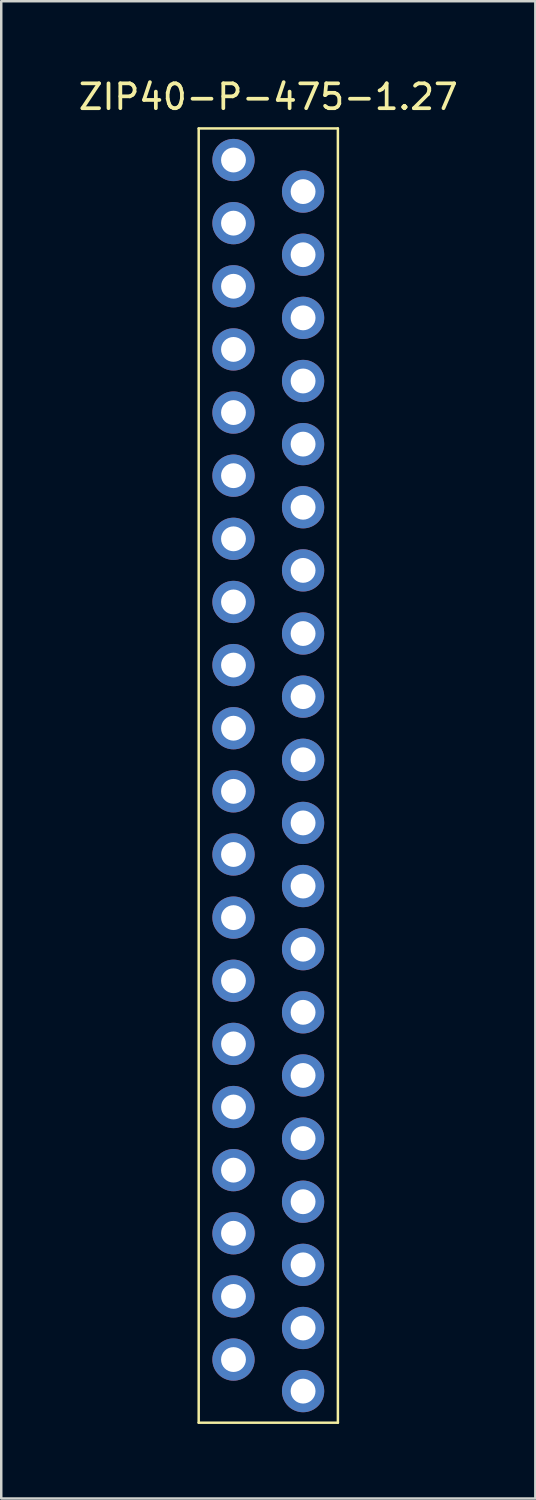
<source format=kicad_pcb>
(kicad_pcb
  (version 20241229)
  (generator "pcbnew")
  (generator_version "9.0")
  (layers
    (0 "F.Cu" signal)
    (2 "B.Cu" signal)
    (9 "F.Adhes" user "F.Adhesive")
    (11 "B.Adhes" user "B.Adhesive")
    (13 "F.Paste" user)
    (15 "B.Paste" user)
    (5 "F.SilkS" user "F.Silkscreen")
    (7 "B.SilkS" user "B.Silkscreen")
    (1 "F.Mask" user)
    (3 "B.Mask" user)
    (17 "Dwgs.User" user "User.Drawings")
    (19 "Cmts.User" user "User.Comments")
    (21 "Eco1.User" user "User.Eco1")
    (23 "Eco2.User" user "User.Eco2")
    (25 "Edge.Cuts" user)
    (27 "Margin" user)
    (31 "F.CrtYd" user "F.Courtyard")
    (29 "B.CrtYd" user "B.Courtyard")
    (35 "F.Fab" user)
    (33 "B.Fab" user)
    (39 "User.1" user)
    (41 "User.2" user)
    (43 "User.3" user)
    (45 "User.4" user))
  (footprint "ZIP40-P-475-1.27"
    (layer "F.Cu")
    (at 7.744 27.518)
    (property "Reference" "ZIP40-P-475-1.27" (at 0 -26.67 0) (layer "F.SilkS") (effects (font (size 1 1) (thickness 0.15))))
    (attr through_hole)
    (fp_line (start -2.8 -25.4) (end 2.8 -25.4) (stroke (width 0.1) (type solid)) (layer "F.SilkS"))
    (fp_line (start -2.8 26.67) (end -2.8 -25.4) (stroke (width 0.1) (type solid)) (layer "F.SilkS"))
    (fp_line (start 2.8 -25.4) (end 2.8 26.67) (stroke (width 0.1) (type solid)) (layer "F.SilkS"))
    (fp_line (start 2.8 26.67) (end -2.8 26.67) (stroke (width 0.1) (type solid)) (layer "F.SilkS"))
    (pad "1" thru_hole circle (at -1.4 -24.13) (size 1.7 1.7) (drill 1) (layers "*.Cu" "*.Mask"))
    (pad "2" thru_hole circle (at 1.4 -22.86) (size 1.7 1.7) (drill 1) (layers "*.Cu" "*.Mask"))
    (pad "3" thru_hole circle (at -1.4 -21.59) (size 1.7 1.7) (drill 1) (layers "*.Cu" "*.Mask"))
    (pad "4" thru_hole circle (at 1.4 -20.32) (size 1.7 1.7) (drill 1) (layers "*.Cu" "*.Mask"))
    (pad "5" thru_hole circle (at -1.4 -19.05) (size 1.7 1.7) (drill 1) (layers "*.Cu" "*.Mask"))
    (pad "6" thru_hole circle (at 1.4 -17.78) (size 1.7 1.7) (drill 1) (layers "*.Cu" "*.Mask"))
    (pad "7" thru_hole circle (at -1.4 -16.51) (size 1.7 1.7) (drill 1) (layers "*.Cu" "*.Mask"))
    (pad "8" thru_hole circle (at 1.4 -15.24) (size 1.7 1.7) (drill 1) (layers "*.Cu" "*.Mask"))
    (pad "9" thru_hole circle (at -1.4 -13.97) (size 1.7 1.7) (drill 1) (layers "*.Cu" "*.Mask"))
    (pad "10" thru_hole circle (at 1.4 -12.7) (size 1.7 1.7) (drill 1) (layers "*.Cu" "*.Mask"))
    (pad "11" thru_hole circle (at -1.4 -11.43) (size 1.7 1.7) (drill 1) (layers "*.Cu" "*.Mask"))
    (pad "12" thru_hole circle (at 1.4 -10.16) (size 1.7 1.7) (drill 1) (layers "*.Cu" "*.Mask"))
    (pad "13" thru_hole circle (at -1.4 -8.89) (size 1.7 1.7) (drill 1) (layers "*.Cu" "*.Mask"))
    (pad "14" thru_hole circle (at 1.4 -7.62) (size 1.7 1.7) (drill 1) (layers "*.Cu" "*.Mask"))
    (pad "15" thru_hole circle (at -1.4 -6.35) (size 1.7 1.7) (drill 1) (layers "*.Cu" "*.Mask"))
    (pad "16" thru_hole circle (at 1.4 -5.08) (size 1.7 1.7) (drill 1) (layers "*.Cu" "*.Mask"))
    (pad "17" thru_hole circle (at -1.4 -3.81) (size 1.7 1.7) (drill 1) (layers "*.Cu" "*.Mask"))
    (pad "18" thru_hole circle (at 1.4 -2.54) (size 1.7 1.7) (drill 1) (layers "*.Cu" "*.Mask"))
    (pad "19" thru_hole circle (at -1.4 -1.27) (size 1.7 1.7) (drill 1) (layers "*.Cu" "*.Mask"))
    (pad "20" thru_hole circle (at 1.4 0) (size 1.7 1.7) (drill 1) (layers "*.Cu" "*.Mask"))
    (pad "21" thru_hole circle (at -1.4 1.27) (size 1.7 1.7) (drill 1) (layers "*.Cu" "*.Mask"))
    (pad "22" thru_hole circle (at 1.4 2.54) (size 1.7 1.7) (drill 1) (layers "*.Cu" "*.Mask"))
    (pad "23" thru_hole circle (at -1.4 3.81) (size 1.7 1.7) (drill 1) (layers "*.Cu" "*.Mask"))
    (pad "24" thru_hole circle (at 1.4 5.08) (size 1.7 1.7) (drill 1) (layers "*.Cu" "*.Mask"))
    (pad "25" thru_hole circle (at -1.4 6.35) (size 1.7 1.7) (drill 1) (layers "*.Cu" "*.Mask"))
    (pad "26" thru_hole circle (at 1.4 7.62) (size 1.7 1.7) (drill 1) (layers "*.Cu" "*.Mask"))
    (pad "27" thru_hole circle (at -1.4 8.89) (size 1.7 1.7) (drill 1) (layers "*.Cu" "*.Mask"))
    (pad "28" thru_hole circle (at 1.4 10.16) (size 1.7 1.7) (drill 1) (layers "*.Cu" "*.Mask"))
    (pad "29" thru_hole circle (at -1.4 11.43) (size 1.7 1.7) (drill 1) (layers "*.Cu" "*.Mask"))
    (pad "30" thru_hole circle (at 1.4 12.7) (size 1.7 1.7) (drill 1) (layers "*.Cu" "*.Mask"))
    (pad "31" thru_hole circle (at -1.4 13.97) (size 1.7 1.7) (drill 1) (layers "*.Cu" "*.Mask"))
    (pad "32" thru_hole circle (at 1.4 15.24) (size 1.7 1.7) (drill 1) (layers "*.Cu" "*.Mask"))
    (pad "33" thru_hole circle (at -1.4 16.51) (size 1.7 1.7) (drill 1) (layers "*.Cu" "*.Mask"))
    (pad "34" thru_hole circle (at 1.4 17.78) (size 1.7 1.7) (drill 1) (layers "*.Cu" "*.Mask"))
    (pad "35" thru_hole circle (at -1.4 19.05) (size 1.7 1.7) (drill 1) (layers "*.Cu" "*.Mask"))
    (pad "36" thru_hole circle (at 1.4 20.32) (size 1.7 1.7) (drill 1) (layers "*.Cu" "*.Mask"))
    (pad "37" thru_hole circle (at -1.4 21.59) (size 1.7 1.7) (drill 1) (layers "*.Cu" "*.Mask"))
    (pad "38" thru_hole circle (at 1.4 22.86) (size 1.7 1.7) (drill 1) (layers "*.Cu" "*.Mask"))
    (pad "39" thru_hole circle (at -1.4 24.13) (size 1.7 1.7) (drill 1) (layers "*.Cu" "*.Mask"))
    (pad "40" thru_hole circle (at 1.4 25.4) (size 1.7 1.7) (drill 1) (layers "*.Cu" "*.Mask")))
  (gr_rect
    (start -3 -3)
    (end 18.488 57.238)
    (stroke (width 0.1) (type default))
    (fill no)
    (layer "Edge.Cuts")))
</source>
